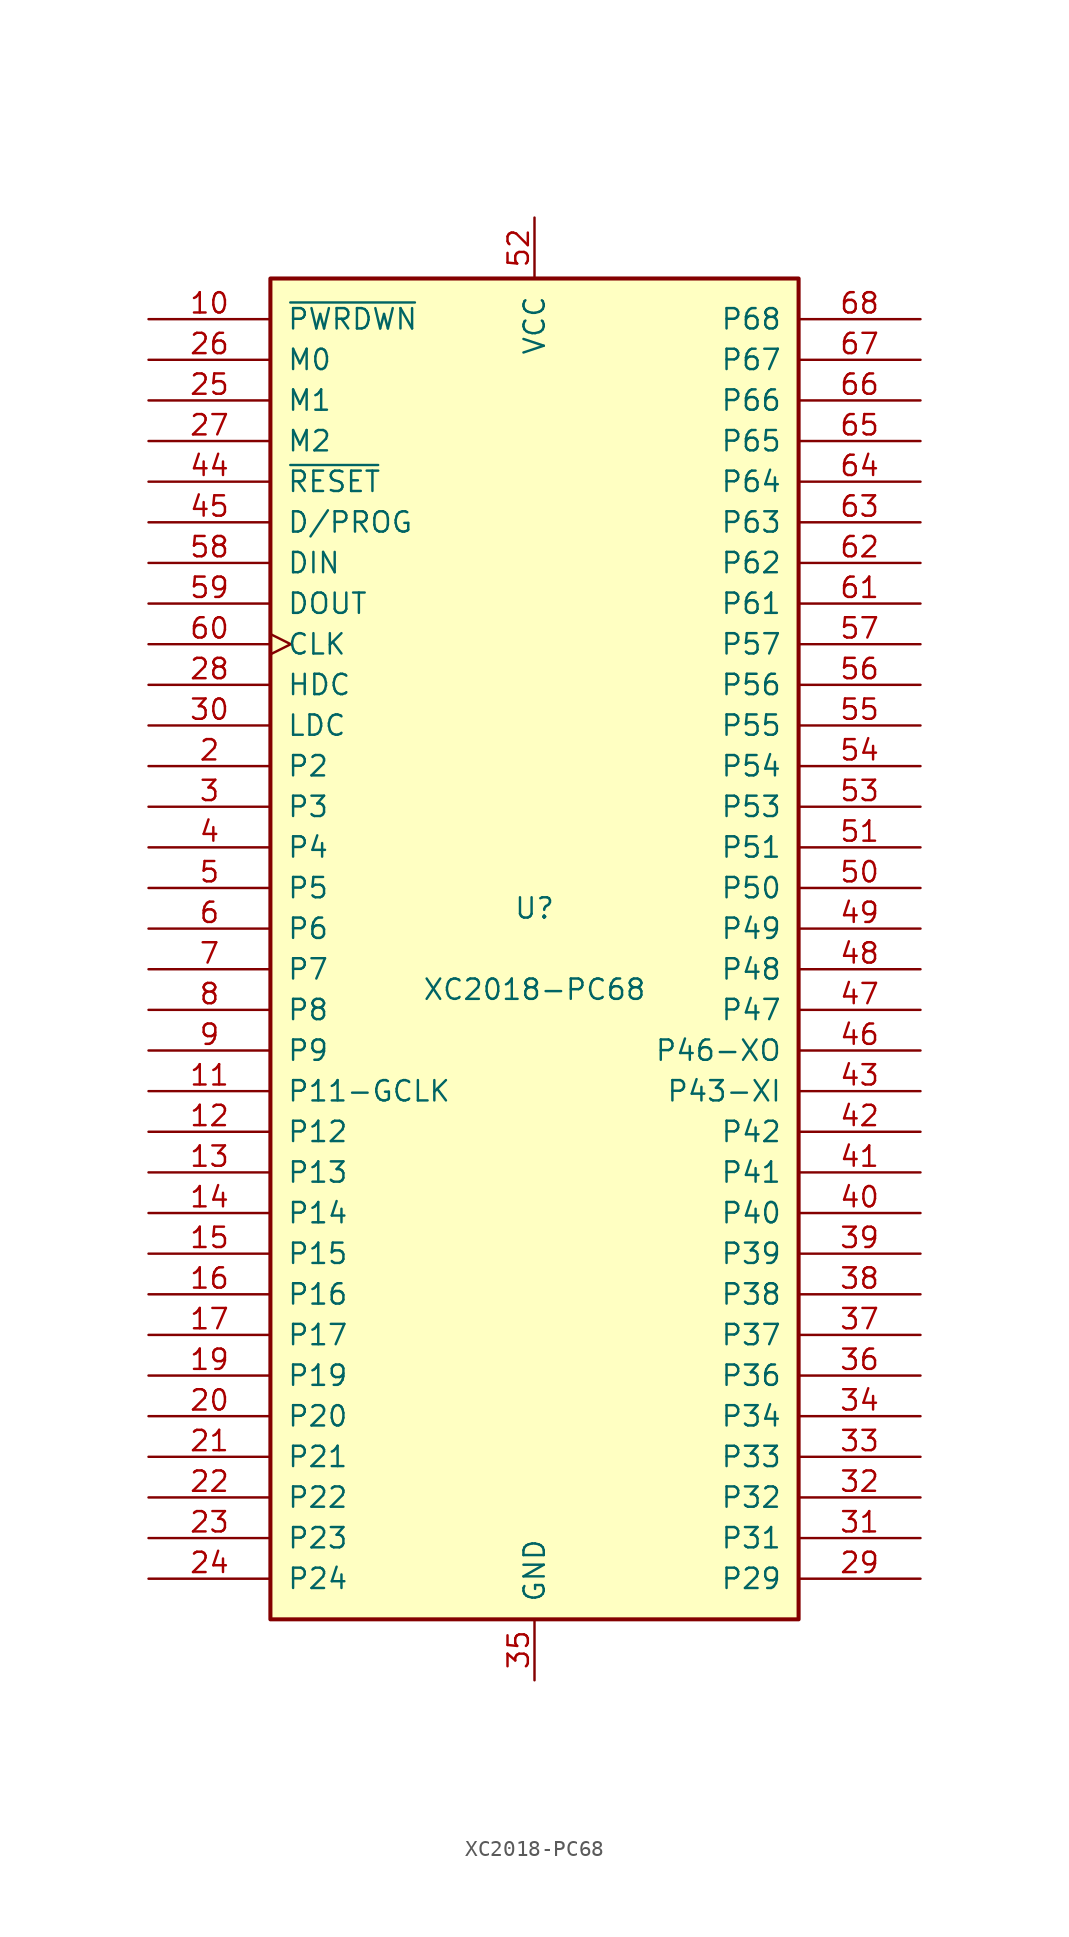
<source format=kicad_sym>
(kicad_symbol_lib
  (version 20241209)
  (generator "kicad_symbol_editor")
  (generator_version "9.0")
  (symbol "XC2018-PC68"
    (pin_names
      (offset 1.016))
    (property "Reference" "U"
      (at 0 2.54 0)
      (effects (font (size 1.27 1.27))))
    (property "Value" "XC2018-PC68"
      (at 0 -2.54 0)
      (effects (font (size 1.27 1.27))))
    (symbol "XC2018-PC68_0_1"
      (rectangle (start -16.51 -41.91) (end 16.51 41.91) (stroke (width 0.254) (type default)) (fill (type background))))
    (symbol "XC2018-PC68_1_1"
      (pin input line (at -24.13 39.37 0) (length 7.62) (name "~{PWRDWN}" (effects (font (size 1.27 1.27)))) (number "10" (effects (font (size 1.27 1.27)))))
      (pin input line (at -24.13 36.83 0) (length 7.62) (name "M0" (effects (font (size 1.27 1.27)))) (number "26" (effects (font (size 1.27 1.27)))))
      (pin input line (at -24.13 34.29 0) (length 7.62) (name "M1" (effects (font (size 1.27 1.27)))) (number "25" (effects (font (size 1.27 1.27)))))
      (pin bidirectional line (at -24.13 31.75 0) (length 7.62) (name "M2" (effects (font (size 1.27 1.27)))) (number "27" (effects (font (size 1.27 1.27)))))
      (pin input line (at -24.13 29.21 0) (length 7.62) (name "~{RESET}" (effects (font (size 1.27 1.27)))) (number "44" (effects (font (size 1.27 1.27)))))
      (pin bidirectional line (at -24.13 26.67 0) (length 7.62) (name "D/PROG" (effects (font (size 1.27 1.27)))) (number "45" (effects (font (size 1.27 1.27)))))
      (pin bidirectional line (at -24.13 24.13 0) (length 7.62) (name "DIN" (effects (font (size 1.27 1.27)))) (number "58" (effects (font (size 1.27 1.27)))))
      (pin bidirectional line (at -24.13 21.59 0) (length 7.62) (name "DOUT" (effects (font (size 1.27 1.27)))) (number "59" (effects (font (size 1.27 1.27)))))
      (pin input clock (at -24.13 19.05 0) (length 7.62) (name "CLK" (effects (font (size 1.27 1.27)))) (number "60" (effects (font (size 1.27 1.27)))))
      (pin output line (at -24.13 16.51 0) (length 7.62) (name "HDC" (effects (font (size 1.27 1.27)))) (number "28" (effects (font (size 1.27 1.27)))))
      (pin output line (at -24.13 13.97 0) (length 7.62) (name "LDC" (effects (font (size 1.27 1.27)))) (number "30" (effects (font (size 1.27 1.27)))))
      (pin passive line (at -24.13 11.43 0) (length 7.62) (name "P2" (effects (font (size 1.27 1.27)))) (number "2" (effects (font (size 1.27 1.27)))))
      (pin passive line (at -24.13 8.89 0) (length 7.62) (name "P3" (effects (font (size 1.27 1.27)))) (number "3" (effects (font (size 1.27 1.27)))))
      (pin passive line (at -24.13 6.35 0) (length 7.62) (name "P4" (effects (font (size 1.27 1.27)))) (number "4" (effects (font (size 1.27 1.27)))))
      (pin passive line (at -24.13 3.81 0) (length 7.62) (name "P5" (effects (font (size 1.27 1.27)))) (number "5" (effects (font (size 1.27 1.27)))))
      (pin passive line (at -24.13 1.27 0) (length 7.62) (name "P6" (effects (font (size 1.27 1.27)))) (number "6" (effects (font (size 1.27 1.27)))))
      (pin passive line (at -24.13 -1.27 0) (length 7.62) (name "P7" (effects (font (size 1.27 1.27)))) (number "7" (effects (font (size 1.27 1.27)))))
      (pin passive line (at -24.13 -3.81 0) (length 7.62) (name "P8" (effects (font (size 1.27 1.27)))) (number "8" (effects (font (size 1.27 1.27)))))
      (pin passive line (at -24.13 -6.35 0) (length 7.62) (name "P9" (effects (font (size 1.27 1.27)))) (number "9" (effects (font (size 1.27 1.27)))))
      (pin passive line (at -24.13 -8.89 0) (length 7.62) (name "P11-GCLK" (effects (font (size 1.27 1.27)))) (number "11" (effects (font (size 1.27 1.27)))))
      (pin passive line (at -24.13 -11.43 0) (length 7.62) (name "P12" (effects (font (size 1.27 1.27)))) (number "12" (effects (font (size 1.27 1.27)))))
      (pin passive line (at -24.13 -13.97 0) (length 7.62) (name "P13" (effects (font (size 1.27 1.27)))) (number "13" (effects (font (size 1.27 1.27)))))
      (pin passive line (at -24.13 -16.51 0) (length 7.62) (name "P14" (effects (font (size 1.27 1.27)))) (number "14" (effects (font (size 1.27 1.27)))))
      (pin passive line (at -24.13 -19.05 0) (length 7.62) (name "P15" (effects (font (size 1.27 1.27)))) (number "15" (effects (font (size 1.27 1.27)))))
      (pin passive line (at -24.13 -21.59 0) (length 7.62) (name "P16" (effects (font (size 1.27 1.27)))) (number "16" (effects (font (size 1.27 1.27)))))
      (pin passive line (at -24.13 -24.13 0) (length 7.62) (name "P17" (effects (font (size 1.27 1.27)))) (number "17" (effects (font (size 1.27 1.27)))))
      (pin passive line (at -24.13 -26.67 0) (length 7.62) (name "P19" (effects (font (size 1.27 1.27)))) (number "19" (effects (font (size 1.27 1.27)))))
      (pin passive line (at -24.13 -29.21 0) (length 7.62) (name "P20" (effects (font (size 1.27 1.27)))) (number "20" (effects (font (size 1.27 1.27)))))
      (pin passive line (at -24.13 -31.75 0) (length 7.62) (name "P21" (effects (font (size 1.27 1.27)))) (number "21" (effects (font (size 1.27 1.27)))))
      (pin passive line (at -24.13 -34.29 0) (length 7.62) (name "P22" (effects (font (size 1.27 1.27)))) (number "22" (effects (font (size 1.27 1.27)))))
      (pin passive line (at -24.13 -36.83 0) (length 7.62) (name "P23" (effects (font (size 1.27 1.27)))) (number "23" (effects (font (size 1.27 1.27)))))
      (pin passive line (at -24.13 -39.37 0) (length 7.62) (name "P24" (effects (font (size 1.27 1.27)))) (number "24" (effects (font (size 1.27 1.27)))))
      (pin passive line (at 0 45.72 270) (length 3.81) (hide yes) (name "VCC" (effects (font (size 1.27 1.27)))) (number "18" (effects (font (size 1.27 1.27)))))
      (pin power_in line (at 0 45.72 270) (length 3.81) (name "VCC" (effects (font (size 1.27 1.27)))) (number "52" (effects (font (size 1.27 1.27)))))
      (pin passive line (at 0 -45.72 90) (length 3.81) (hide yes) (name "GND" (effects (font (size 1.27 1.27)))) (number "1" (effects (font (size 1.27 1.27)))))
      (pin power_in line (at 0 -45.72 90) (length 3.81) (name "GND" (effects (font (size 1.27 1.27)))) (number "35" (effects (font (size 1.27 1.27)))))
      (pin passive line (at 24.13 39.37 180) (length 7.62) (name "P68" (effects (font (size 1.27 1.27)))) (number "68" (effects (font (size 1.27 1.27)))))
      (pin passive line (at 24.13 36.83 180) (length 7.62) (name "P67" (effects (font (size 1.27 1.27)))) (number "67" (effects (font (size 1.27 1.27)))))
      (pin passive line (at 24.13 34.29 180) (length 7.62) (name "P66" (effects (font (size 1.27 1.27)))) (number "66" (effects (font (size 1.27 1.27)))))
      (pin passive line (at 24.13 31.75 180) (length 7.62) (name "P65" (effects (font (size 1.27 1.27)))) (number "65" (effects (font (size 1.27 1.27)))))
      (pin passive line (at 24.13 29.21 180) (length 7.62) (name "P64" (effects (font (size 1.27 1.27)))) (number "64" (effects (font (size 1.27 1.27)))))
      (pin passive line (at 24.13 26.67 180) (length 7.62) (name "P63" (effects (font (size 1.27 1.27)))) (number "63" (effects (font (size 1.27 1.27)))))
      (pin passive line (at 24.13 24.13 180) (length 7.62) (name "P62" (effects (font (size 1.27 1.27)))) (number "62" (effects (font (size 1.27 1.27)))))
      (pin passive line (at 24.13 21.59 180) (length 7.62) (name "P61" (effects (font (size 1.27 1.27)))) (number "61" (effects (font (size 1.27 1.27)))))
      (pin passive line (at 24.13 19.05 180) (length 7.62) (name "P57" (effects (font (size 1.27 1.27)))) (number "57" (effects (font (size 1.27 1.27)))))
      (pin passive line (at 24.13 16.51 180) (length 7.62) (name "P56" (effects (font (size 1.27 1.27)))) (number "56" (effects (font (size 1.27 1.27)))))
      (pin passive line (at 24.13 13.97 180) (length 7.62) (name "P55" (effects (font (size 1.27 1.27)))) (number "55" (effects (font (size 1.27 1.27)))))
      (pin passive line (at 24.13 11.43 180) (length 7.62) (name "P54" (effects (font (size 1.27 1.27)))) (number "54" (effects (font (size 1.27 1.27)))))
      (pin passive line (at 24.13 8.89 180) (length 7.62) (name "P53" (effects (font (size 1.27 1.27)))) (number "53" (effects (font (size 1.27 1.27)))))
      (pin passive line (at 24.13 6.35 180) (length 7.62) (name "P51" (effects (font (size 1.27 1.27)))) (number "51" (effects (font (size 1.27 1.27)))))
      (pin passive line (at 24.13 3.81 180) (length 7.62) (name "P50" (effects (font (size 1.27 1.27)))) (number "50" (effects (font (size 1.27 1.27)))))
      (pin passive line (at 24.13 1.27 180) (length 7.62) (name "P49" (effects (font (size 1.27 1.27)))) (number "49" (effects (font (size 1.27 1.27)))))
      (pin passive line (at 24.13 -1.27 180) (length 7.62) (name "P48" (effects (font (size 1.27 1.27)))) (number "48" (effects (font (size 1.27 1.27)))))
      (pin passive line (at 24.13 -3.81 180) (length 7.62) (name "P47" (effects (font (size 1.27 1.27)))) (number "47" (effects (font (size 1.27 1.27)))))
      (pin passive line (at 24.13 -6.35 180) (length 7.62) (name "P46-XO" (effects (font (size 1.27 1.27)))) (number "46" (effects (font (size 1.27 1.27)))))
      (pin passive line (at 24.13 -8.89 180) (length 7.62) (name "P43-XI" (effects (font (size 1.27 1.27)))) (number "43" (effects (font (size 1.27 1.27)))))
      (pin passive line (at 24.13 -11.43 180) (length 7.62) (name "P42" (effects (font (size 1.27 1.27)))) (number "42" (effects (font (size 1.27 1.27)))))
      (pin passive line (at 24.13 -13.97 180) (length 7.62) (name "P41" (effects (font (size 1.27 1.27)))) (number "41" (effects (font (size 1.27 1.27)))))
      (pin passive line (at 24.13 -16.51 180) (length 7.62) (name "P40" (effects (font (size 1.27 1.27)))) (number "40" (effects (font (size 1.27 1.27)))))
      (pin passive line (at 24.13 -19.05 180) (length 7.62) (name "P39" (effects (font (size 1.27 1.27)))) (number "39" (effects (font (size 1.27 1.27)))))
      (pin passive line (at 24.13 -21.59 180) (length 7.62) (name "P38" (effects (font (size 1.27 1.27)))) (number "38" (effects (font (size 1.27 1.27)))))
      (pin passive line (at 24.13 -24.13 180) (length 7.62) (name "P37" (effects (font (size 1.27 1.27)))) (number "37" (effects (font (size 1.27 1.27)))))
      (pin passive line (at 24.13 -26.67 180) (length 7.62) (name "P36" (effects (font (size 1.27 1.27)))) (number "36" (effects (font (size 1.27 1.27)))))
      (pin passive line (at 24.13 -29.21 180) (length 7.62) (name "P34" (effects (font (size 1.27 1.27)))) (number "34" (effects (font (size 1.27 1.27)))))
      (pin passive line (at 24.13 -31.75 180) (length 7.62) (name "P33" (effects (font (size 1.27 1.27)))) (number "33" (effects (font (size 1.27 1.27)))))
      (pin passive line (at 24.13 -34.29 180) (length 7.62) (name "P32" (effects (font (size 1.27 1.27)))) (number "32" (effects (font (size 1.27 1.27)))))
      (pin passive line (at 24.13 -36.83 180) (length 7.62) (name "P31" (effects (font (size 1.27 1.27)))) (number "31" (effects (font (size 1.27 1.27)))))
      (pin passive line (at 24.13 -39.37 180) (length 7.62) (name "P29" (effects (font (size 1.27 1.27)))) (number "29" (effects (font (size 1.27 1.27))))))))
</source>
